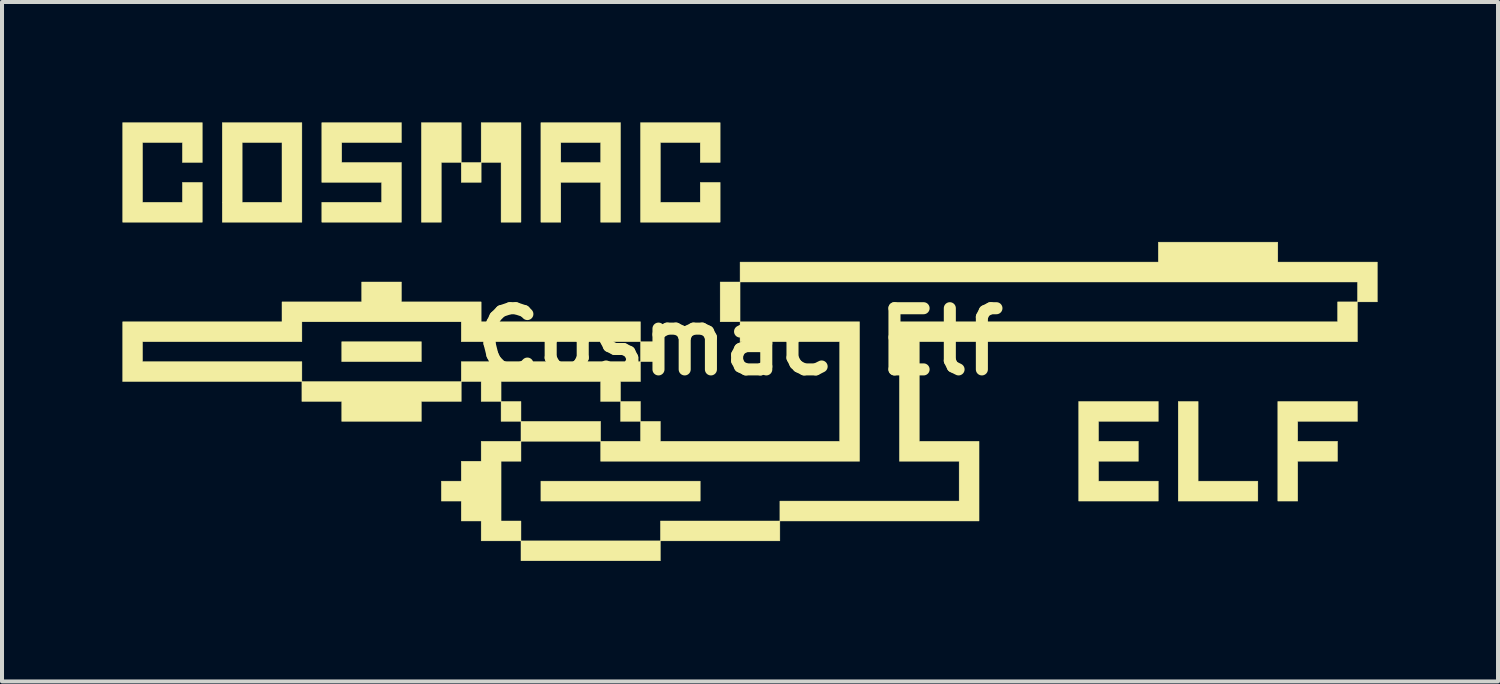
<source format=kicad_pcb>
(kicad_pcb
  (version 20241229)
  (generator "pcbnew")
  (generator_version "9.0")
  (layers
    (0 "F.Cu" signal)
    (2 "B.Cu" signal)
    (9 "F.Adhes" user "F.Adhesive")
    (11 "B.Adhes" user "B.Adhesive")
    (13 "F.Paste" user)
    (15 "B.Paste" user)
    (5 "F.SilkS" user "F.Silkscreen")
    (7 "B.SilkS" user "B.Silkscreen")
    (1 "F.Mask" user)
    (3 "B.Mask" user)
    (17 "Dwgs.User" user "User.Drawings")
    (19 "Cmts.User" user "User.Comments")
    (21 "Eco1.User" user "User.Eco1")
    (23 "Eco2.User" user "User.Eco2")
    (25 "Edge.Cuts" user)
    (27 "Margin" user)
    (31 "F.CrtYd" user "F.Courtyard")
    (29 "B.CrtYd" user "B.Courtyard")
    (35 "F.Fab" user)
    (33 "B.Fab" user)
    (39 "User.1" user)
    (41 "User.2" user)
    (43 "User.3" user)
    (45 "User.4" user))
  (footprint "Cosmac Elf"
    (layer "F.Cu")
    (at 15.384 5.462)
    (property "Reference" "Cosmac Elf" (at 0 0 0) (layer "F.SilkS") (effects (font (size 1.524 1.524) (thickness 0.3))))
    (attr through_hole)
    (fp_poly (pts (xy -7.938 0.496) (xy -9.922 0.496) (xy -9.922 0) (xy -7.938 0) (xy -7.938 0.496)) (stroke (width 0.01) (type solid)) (fill yes) (layer "F.SilkS"))
    (fp_poly (pts (xy -6.449 -3.969) (xy -6.945 -3.969) (xy -6.945 -4.465) (xy -6.449 -4.465) (xy -6.449 -3.969)) (stroke (width 0.01) (type solid)) (fill yes) (layer "F.SilkS"))
    (fp_poly (pts (xy -0.992 3.969) (xy -4.961 3.969) (xy -4.961 3.473) (xy -0.992 3.473) (xy -0.992 3.969)) (stroke (width 0.01) (type solid)) (fill yes) (layer "F.SilkS"))
    (fp_poly (pts (xy -7.441 -4.465) (xy -7.441 -2.977) (xy -7.938 -2.977) (xy -7.938 -5.457) (xy -6.945 -5.457) (xy -6.945 -4.465) (xy -7.441 -4.465)) (stroke (width 0.01) (type solid)) (fill yes) (layer "F.SilkS"))
    (fp_poly (pts (xy -6.449 -5.457) (xy -5.457 -5.457) (xy -5.457 -2.977) (xy -5.953 -2.977) (xy -5.953 -4.465) (xy -6.449 -4.465) (xy -6.449 -5.457)) (stroke (width 0.01) (type solid)) (fill yes) (layer "F.SilkS"))
    (fp_poly (pts (xy 11.41 3.473) (xy 12.898 3.473) (xy 12.898 3.969) (xy 10.914 3.969) (xy 10.914 1.488) (xy 11.41 1.488) (xy 11.41 3.473)) (stroke (width 0.01) (type solid)) (fill yes) (layer "F.SilkS"))
    (fp_poly (pts (xy 15.379 1.984) (xy 13.891 1.984) (xy 13.891 2.48) (xy 14.883 2.48) (xy 14.883 2.977) (xy 13.891 2.977) (xy 13.891 3.969) (xy 13.395 3.969) (xy 13.395 1.488) (xy 15.379 1.488) (xy 15.379 1.984)) (stroke (width 0.01) (type solid)) (fill yes) (layer "F.SilkS"))
    (fp_poly (pts (xy -10.914 -2.977) (xy -12.898 -2.977) (xy -12.898 -4.961) (xy -12.402 -4.961) (xy -12.402 -3.473) (xy -11.41 -3.473) (xy -11.41 -4.961) (xy -12.402 -4.961) (xy -12.898 -4.961) (xy -12.898 -5.457) (xy -10.914 -5.457) (xy -10.914 -2.977)) (stroke (width 0.01) (type solid)) (fill yes) (layer "F.SilkS"))
    (fp_poly (pts (xy -13.395 -4.465) (xy -13.891 -4.465) (xy -13.891 -4.961) (xy -14.883 -4.961) (xy -14.883 -3.473) (xy -13.891 -3.473) (xy -13.891 -3.969) (xy -13.395 -3.969) (xy -13.395 -2.977) (xy -15.379 -2.977) (xy -15.379 -5.457) (xy -13.395 -5.457) (xy -13.395 -4.465)) (stroke (width 0.01) (type solid)) (fill yes) (layer "F.SilkS"))
    (fp_poly (pts (xy -8.434 -4.961) (xy -9.922 -4.961) (xy -9.922 -4.465) (xy -8.434 -4.465) (xy -8.434 -2.977) (xy -10.418 -2.977) (xy -10.418 -3.473) (xy -8.93 -3.473) (xy -8.93 -3.969) (xy -10.418 -3.969) (xy -10.418 -5.457) (xy -8.434 -5.457) (xy -8.434 -4.961)) (stroke (width 0.01) (type solid)) (fill yes) (layer "F.SilkS"))
    (fp_poly (pts (xy -0.496 -4.465) (xy -0.992 -4.465) (xy -0.992 -4.961) (xy -1.984 -4.961) (xy -1.984 -3.473) (xy -0.992 -3.473) (xy -0.992 -3.969) (xy -0.496 -3.969) (xy -0.496 -2.977) (xy -2.48 -2.977) (xy -2.48 -5.457) (xy -0.496 -5.457) (xy -0.496 -4.465)) (stroke (width 0.01) (type solid)) (fill yes) (layer "F.SilkS"))
    (fp_poly (pts (xy 10.418 1.984) (xy 8.93 1.984) (xy 8.93 2.48) (xy 9.922 2.48) (xy 9.922 2.977) (xy 8.93 2.977) (xy 8.93 3.473) (xy 10.418 3.473) (xy 10.418 3.969) (xy 8.434 3.969) (xy 8.434 1.488) (xy 10.418 1.488) (xy 10.418 1.984)) (stroke (width 0.01) (type solid)) (fill yes) (layer "F.SilkS"))
    (fp_poly (pts (xy -2.977 -2.977) (xy -3.473 -2.977) (xy -3.473 -3.969) (xy -4.465 -3.969) (xy -4.465 -2.977) (xy -4.961 -2.977) (xy -4.961 -4.961) (xy -4.465 -4.961) (xy -4.465 -4.465) (xy -3.473 -4.465) (xy -3.473 -4.961) (xy -4.465 -4.961) (xy -4.961 -4.961) (xy -4.961 -5.457) (xy -2.977 -5.457) (xy -2.977 -2.977)) (stroke (width 0.01) (type solid)) (fill yes) (layer "F.SilkS"))
    (fp_poly (pts (xy 13.395 -1.984) (xy 15.875 -1.984) (xy 15.875 -0.992) (xy 15.379 -0.992) (xy 15.379 0) (xy 4.465 0) (xy 4.465 2.48) (xy 5.953 2.48) (xy 5.953 4.465) (xy 0.992 4.465) (xy 0.992 4.961) (xy -1.984 4.961) (xy -1.984 5.457) (xy -5.457 5.457) (xy -5.457 4.961) (xy -6.449 4.961) (xy -6.449 4.465) (xy -6.945 4.465) (xy -6.945 3.969) (xy -7.441 3.969) (xy -7.441 3.473) (xy -6.945 3.473) (xy -6.945 2.977) (xy -6.449 2.977) (xy -5.953 2.977) (xy -5.953 4.465) (xy -5.457 4.465) (xy -5.457 4.961) (xy -1.984 4.961) (xy -1.984 4.465) (xy 0.992 4.465) (xy 0.992 3.969) (xy 5.457 3.969) (xy 5.457 2.977) (xy 3.969 2.977) (xy 3.969 -0.496) (xy 14.883 -0.496) (xy 14.883 -0.992) (xy 15.379 -0.992) (xy 15.379 -1.488) (xy 0 -1.488) (xy 0 -0.496) (xy 2.977 -0.496) (xy 2.977 2.977) (xy -3.473 2.977) (xy -3.473 2.48) (xy -5.457 2.48) (xy -5.457 2.977) (xy -5.953 2.977) (xy -6.449 2.977) (xy -6.449 2.48) (xy -5.457 2.48) (xy -5.457 1.984) (xy -5.953 1.984) (xy -5.953 1.488) (xy -6.449 1.488) (xy -6.449 0.992) (xy -5.953 0.992) (xy -5.953 1.488) (xy -5.457 1.488) (xy -5.457 1.984) (xy -3.473 1.984) (xy -3.473 2.48) (xy -2.48 2.48) (xy -2.48 1.984) (xy -2.977 1.984) (xy -2.977 1.488) (xy -3.473 1.488) (xy -3.473 0.992) (xy -5.953 0.992) (xy -6.449 0.992) (xy -6.945 0.992) (xy -6.945 1.488) (xy -7.938 1.488) (xy -7.938 1.984) (xy -9.922 1.984) (xy -9.922 1.488) (xy -10.914 1.488) (xy -10.914 0.992) (xy -15.379 0.992) (xy -15.379 0) (xy -14.883 0) (xy -14.883 0.496) (xy -10.914 0.496) (xy -10.914 0.992) (xy -6.945 0.992) (xy -6.945 0.496) (xy -2.48 0.496) (xy -2.48 0) (xy -6.945 0) (xy -6.945 -0.496) (xy -10.914 -0.496) (xy -10.914 0) (xy -14.883 0) (xy -15.379 0) (xy -15.379 -0.496) (xy -11.41 -0.496) (xy -11.41 -0.992) (xy -9.426 -0.992) (xy -9.426 -1.488) (xy -8.434 -1.488) (xy -8.434 -0.992) (xy -6.449 -0.992) (xy -6.449 -0.496) (xy -2.48 -0.496) (xy -2.48 0) (xy -1.984 0) (xy -1.984 0.496) (xy -2.48 0.496) (xy -2.48 0.992) (xy -2.977 0.992) (xy -2.977 1.488) (xy -2.48 1.488) (xy -2.48 1.984) (xy -1.984 1.984) (xy -1.984 2.48) (xy 2.48 2.48) (xy 2.48 0) (xy 0 0) (xy 0 -0.496) (xy -0.496 -0.496) (xy -0.496 -1.488) (xy 0 -1.488) (xy 0 -1.984) (xy 10.418 -1.984) (xy 10.418 -2.48) (xy 13.395 -2.48) (xy 13.395 -1.984)) (stroke (width 0.01) (type solid)) (fill yes) (layer "F.SilkS")))
  (gr_rect
    (start -3 -3)
    (end 34.264 13.924)
    (stroke (width 0.1) (type default))
    (fill no)
    (layer "Edge.Cuts")))
</source>
